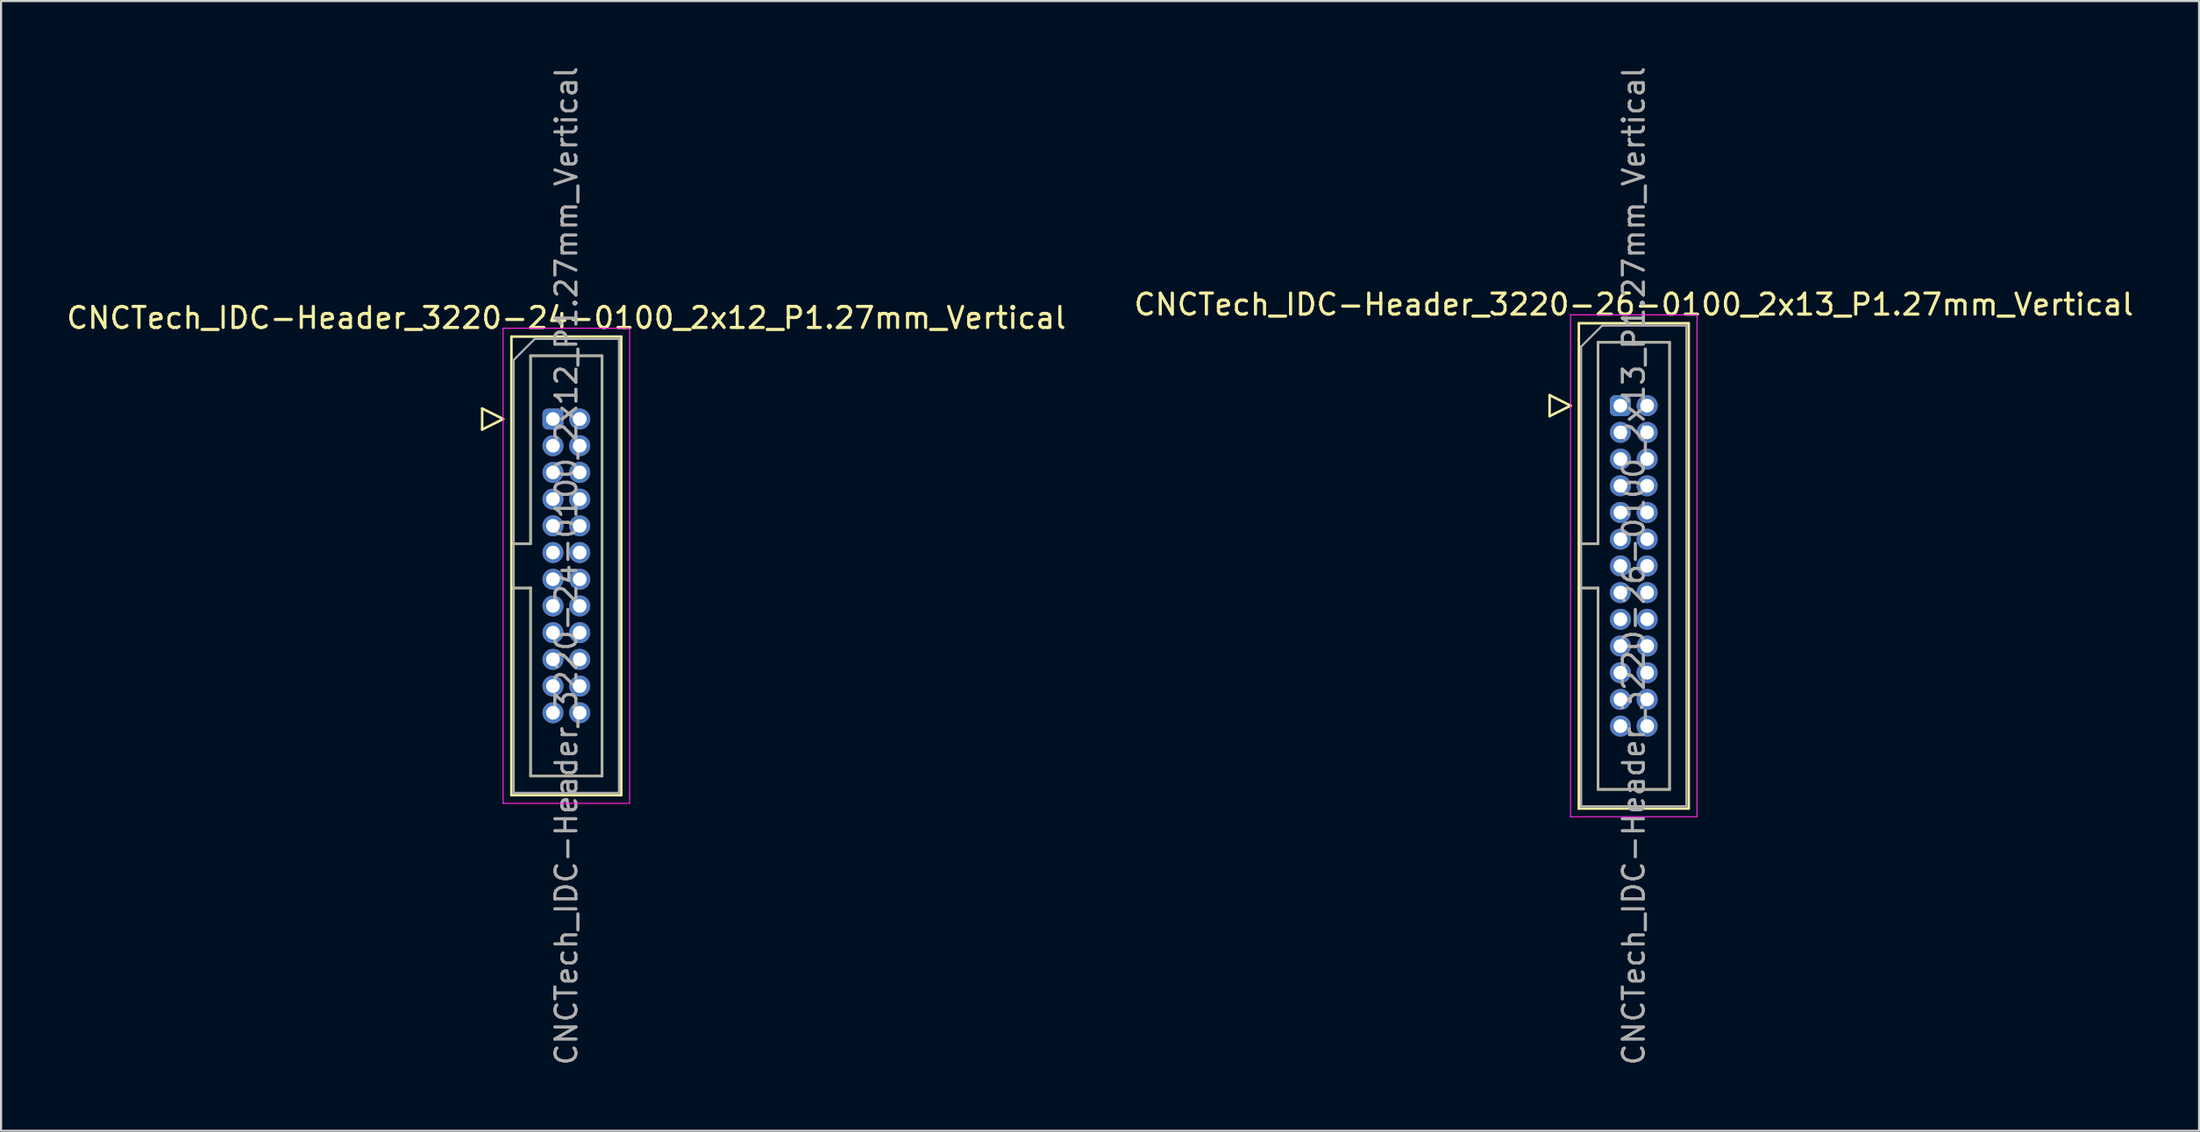
<source format=kicad_pcb>
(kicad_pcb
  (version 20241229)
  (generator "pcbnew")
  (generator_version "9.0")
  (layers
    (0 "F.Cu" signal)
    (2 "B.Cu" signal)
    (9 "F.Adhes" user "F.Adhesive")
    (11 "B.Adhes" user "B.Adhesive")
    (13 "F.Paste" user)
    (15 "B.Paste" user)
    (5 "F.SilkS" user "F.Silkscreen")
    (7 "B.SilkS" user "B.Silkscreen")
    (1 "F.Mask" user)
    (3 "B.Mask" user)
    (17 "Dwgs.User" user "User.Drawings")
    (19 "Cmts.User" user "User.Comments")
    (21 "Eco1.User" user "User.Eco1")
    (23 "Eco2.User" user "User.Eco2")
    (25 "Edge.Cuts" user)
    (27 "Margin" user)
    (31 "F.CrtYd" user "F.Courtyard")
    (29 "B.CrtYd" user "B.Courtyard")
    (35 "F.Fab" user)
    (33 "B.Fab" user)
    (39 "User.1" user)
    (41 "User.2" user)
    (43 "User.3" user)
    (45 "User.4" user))
  (footprint "CNCTech_IDC-Header_3220-24-0100_2x12_P1.27mm_Vertical"
    (layer "F.Cu")
    (at 23.228 16.878)
    (property "Reference" "CNCTech_IDC-Header_3220-24-0100_2x12_P1.27mm_Vertical" (at 0.635 -4.81 0) (layer "F.SilkS") (effects (font (size 1 1) (thickness 0.15))))
    (attr through_hole)
    (fp_line (start -3.365 -0.5) (end -3.365 0.5) (stroke (width 0.12) (type solid)) (layer "F.SilkS"))
    (fp_line (start -3.365 0.5) (end -2.365 0) (stroke (width 0.12) (type solid)) (layer "F.SilkS"))
    (fp_line (start -2.365 0) (end -3.365 -0.5) (stroke (width 0.12) (type solid)) (layer "F.SilkS"))
    (fp_line (start -1.975 -3.92) (end 3.245 -3.92) (stroke (width 0.12) (type solid)) (layer "F.SilkS"))
    (fp_line (start -1.975 5.935) (end -1.065 5.935) (stroke (width 0.12) (type solid)) (layer "F.SilkS"))
    (fp_line (start -1.975 17.89) (end -1.975 -3.92) (stroke (width 0.12) (type solid)) (layer "F.SilkS"))
    (fp_line (start -1.065 -3.01) (end 2.335 -3.01) (stroke (width 0.12) (type solid)) (layer "F.SilkS"))
    (fp_line (start -1.065 5.935) (end -1.065 -3.01) (stroke (width 0.12) (type solid)) (layer "F.SilkS"))
    (fp_line (start -1.065 8.035) (end -1.975 8.035) (stroke (width 0.12) (type solid)) (layer "F.SilkS"))
    (fp_line (start -1.065 8.035) (end -1.065 8.035) (stroke (width 0.12) (type solid)) (layer "F.SilkS"))
    (fp_line (start -1.065 16.98) (end -1.065 8.035) (stroke (width 0.12) (type solid)) (layer "F.SilkS"))
    (fp_line (start 2.335 -3.01) (end 2.335 16.98) (stroke (width 0.12) (type solid)) (layer "F.SilkS"))
    (fp_line (start 2.335 16.98) (end -1.065 16.98) (stroke (width 0.12) (type solid)) (layer "F.SilkS"))
    (fp_line (start 3.245 -3.92) (end 3.245 17.89) (stroke (width 0.12) (type solid)) (layer "F.SilkS"))
    (fp_line (start 3.245 17.89) (end -1.975 17.89) (stroke (width 0.12) (type solid)) (layer "F.SilkS"))
    (fp_line (start -2.37 -4.32) (end -2.37 18.28) (stroke (width 0.05) (type solid)) (layer "F.CrtYd"))
    (fp_line (start -2.37 18.28) (end 3.64 18.28) (stroke (width 0.05) (type solid)) (layer "F.CrtYd"))
    (fp_line (start 3.64 -4.32) (end -2.37 -4.32) (stroke (width 0.05) (type solid)) (layer "F.CrtYd"))
    (fp_line (start 3.64 18.28) (end 3.64 -4.32) (stroke (width 0.05) (type solid)) (layer "F.CrtYd"))
    (fp_line (start -1.865 -2.81) (end -0.865 -3.81) (stroke (width 0.1) (type solid)) (layer "F.Fab"))
    (fp_line (start -1.865 5.935) (end -1.065 5.935) (stroke (width 0.1) (type solid)) (layer "F.Fab"))
    (fp_line (start -1.865 17.78) (end -1.865 -2.81) (stroke (width 0.1) (type solid)) (layer "F.Fab"))
    (fp_line (start -1.065 -3.01) (end 2.335 -3.01) (stroke (width 0.1) (type solid)) (layer "F.Fab"))
    (fp_line (start -1.065 5.935) (end -1.065 -3.01) (stroke (width 0.1) (type solid)) (layer "F.Fab"))
    (fp_line (start -1.065 8.035) (end -1.865 8.035) (stroke (width 0.1) (type solid)) (layer "F.Fab"))
    (fp_line (start -1.065 8.035) (end -1.065 8.035) (stroke (width 0.1) (type solid)) (layer "F.Fab"))
    (fp_line (start -1.065 16.98) (end -1.065 8.035) (stroke (width 0.1) (type solid)) (layer "F.Fab"))
    (fp_line (start -0.865 -3.81) (end 3.135 -3.81) (stroke (width 0.1) (type solid)) (layer "F.Fab"))
    (fp_line (start 2.335 -3.01) (end 2.335 16.98) (stroke (width 0.1) (type solid)) (layer "F.Fab"))
    (fp_line (start 2.335 16.98) (end -1.065 16.98) (stroke (width 0.1) (type solid)) (layer "F.Fab"))
    (fp_line (start 3.135 -3.81) (end 3.135 17.78) (stroke (width 0.1) (type solid)) (layer "F.Fab"))
    (fp_line (start 3.135 17.78) (end -1.865 17.78) (stroke (width 0.1) (type solid)) (layer "F.Fab"))
    (fp_text user "${REFERENCE}" (at 0.635 6.985 90) (layer "F.Fab") (effects (font (size 1 1) (thickness 0.15))))
    (pad "1" thru_hole roundrect (at 0 0) (size 1 1) (drill 0.65) (layers "*.Cu" "*.Mask") (roundrect_rratio 0.25))
    (pad "2" thru_hole circle (at 1.27 0) (size 1 1) (drill 0.65) (layers "*.Cu" "*.Mask"))
    (pad "3" thru_hole circle (at 0 1.27) (size 1 1) (drill 0.65) (layers "*.Cu" "*.Mask"))
    (pad "4" thru_hole circle (at 1.27 1.27) (size 1 1) (drill 0.65) (layers "*.Cu" "*.Mask"))
    (pad "5" thru_hole circle (at 0 2.54) (size 1 1) (drill 0.65) (layers "*.Cu" "*.Mask"))
    (pad "6" thru_hole circle (at 1.27 2.54) (size 1 1) (drill 0.65) (layers "*.Cu" "*.Mask"))
    (pad "7" thru_hole circle (at 0 3.81) (size 1 1) (drill 0.65) (layers "*.Cu" "*.Mask"))
    (pad "8" thru_hole circle (at 1.27 3.81) (size 1 1) (drill 0.65) (layers "*.Cu" "*.Mask"))
    (pad "9" thru_hole circle (at 0 5.08) (size 1 1) (drill 0.65) (layers "*.Cu" "*.Mask"))
    (pad "10" thru_hole circle (at 1.27 5.08) (size 1 1) (drill 0.65) (layers "*.Cu" "*.Mask"))
    (pad "11" thru_hole circle (at 0 6.35) (size 1 1) (drill 0.65) (layers "*.Cu" "*.Mask"))
    (pad "12" thru_hole circle (at 1.27 6.35) (size 1 1) (drill 0.65) (layers "*.Cu" "*.Mask"))
    (pad "13" thru_hole circle (at 0 7.62) (size 1 1) (drill 0.65) (layers "*.Cu" "*.Mask"))
    (pad "14" thru_hole circle (at 1.27 7.62) (size 1 1) (drill 0.65) (layers "*.Cu" "*.Mask"))
    (pad "15" thru_hole circle (at 0 8.89) (size 1 1) (drill 0.65) (layers "*.Cu" "*.Mask"))
    (pad "16" thru_hole circle (at 1.27 8.89) (size 1 1) (drill 0.65) (layers "*.Cu" "*.Mask"))
    (pad "17" thru_hole circle (at 0 10.16) (size 1 1) (drill 0.65) (layers "*.Cu" "*.Mask"))
    (pad "18" thru_hole circle (at 1.27 10.16) (size 1 1) (drill 0.65) (layers "*.Cu" "*.Mask"))
    (pad "19" thru_hole circle (at 0 11.43) (size 1 1) (drill 0.65) (layers "*.Cu" "*.Mask"))
    (pad "20" thru_hole circle (at 1.27 11.43) (size 1 1) (drill 0.65) (layers "*.Cu" "*.Mask"))
    (pad "21" thru_hole circle (at 0 12.7) (size 1 1) (drill 0.65) (layers "*.Cu" "*.Mask"))
    (pad "22" thru_hole circle (at 1.27 12.7) (size 1 1) (drill 0.65) (layers "*.Cu" "*.Mask"))
    (pad "23" thru_hole circle (at 0 13.97) (size 1 1) (drill 0.65) (layers "*.Cu" "*.Mask"))
    (pad "24" thru_hole circle (at 1.27 13.97) (size 1 1) (drill 0.65) (layers "*.Cu" "*.Mask")))
  (footprint "CNCTech_IDC-Header_3220-26-0100_2x13_P1.27mm_Vertical"
    (layer "F.Cu")
    (at 73.954 16.243)
    (property "Reference" "CNCTech_IDC-Header_3220-26-0100_2x13_P1.27mm_Vertical" (at 0.635 -4.81 0) (layer "F.SilkS") (effects (font (size 1 1) (thickness 0.15))))
    (attr through_hole)
    (fp_line (start -3.365 -0.5) (end -3.365 0.5) (stroke (width 0.12) (type solid)) (layer "F.SilkS"))
    (fp_line (start -3.365 0.5) (end -2.365 0) (stroke (width 0.12) (type solid)) (layer "F.SilkS"))
    (fp_line (start -2.365 0) (end -3.365 -0.5) (stroke (width 0.12) (type solid)) (layer "F.SilkS"))
    (fp_line (start -1.975 -3.92) (end 3.245 -3.92) (stroke (width 0.12) (type solid)) (layer "F.SilkS"))
    (fp_line (start -1.975 6.57) (end -1.065 6.57) (stroke (width 0.12) (type solid)) (layer "F.SilkS"))
    (fp_line (start -1.975 19.16) (end -1.975 -3.92) (stroke (width 0.12) (type solid)) (layer "F.SilkS"))
    (fp_line (start -1.065 -3.01) (end 2.335 -3.01) (stroke (width 0.12) (type solid)) (layer "F.SilkS"))
    (fp_line (start -1.065 6.57) (end -1.065 -3.01) (stroke (width 0.12) (type solid)) (layer "F.SilkS"))
    (fp_line (start -1.065 8.67) (end -1.975 8.67) (stroke (width 0.12) (type solid)) (layer "F.SilkS"))
    (fp_line (start -1.065 8.67) (end -1.065 8.67) (stroke (width 0.12) (type solid)) (layer "F.SilkS"))
    (fp_line (start -1.065 18.25) (end -1.065 8.67) (stroke (width 0.12) (type solid)) (layer "F.SilkS"))
    (fp_line (start 2.335 -3.01) (end 2.335 18.25) (stroke (width 0.12) (type solid)) (layer "F.SilkS"))
    (fp_line (start 2.335 18.25) (end -1.065 18.25) (stroke (width 0.12) (type solid)) (layer "F.SilkS"))
    (fp_line (start 3.245 -3.92) (end 3.245 19.16) (stroke (width 0.12) (type solid)) (layer "F.SilkS"))
    (fp_line (start 3.245 19.16) (end -1.975 19.16) (stroke (width 0.12) (type solid)) (layer "F.SilkS"))
    (fp_line (start -2.37 -4.32) (end -2.37 19.55) (stroke (width 0.05) (type solid)) (layer "F.CrtYd"))
    (fp_line (start -2.37 19.55) (end 3.64 19.55) (stroke (width 0.05) (type solid)) (layer "F.CrtYd"))
    (fp_line (start 3.64 -4.32) (end -2.37 -4.32) (stroke (width 0.05) (type solid)) (layer "F.CrtYd"))
    (fp_line (start 3.64 19.55) (end 3.64 -4.32) (stroke (width 0.05) (type solid)) (layer "F.CrtYd"))
    (fp_line (start -1.865 -2.81) (end -0.865 -3.81) (stroke (width 0.1) (type solid)) (layer "F.Fab"))
    (fp_line (start -1.865 6.57) (end -1.065 6.57) (stroke (width 0.1) (type solid)) (layer "F.Fab"))
    (fp_line (start -1.865 19.05) (end -1.865 -2.81) (stroke (width 0.1) (type solid)) (layer "F.Fab"))
    (fp_line (start -1.065 -3.01) (end 2.335 -3.01) (stroke (width 0.1) (type solid)) (layer "F.Fab"))
    (fp_line (start -1.065 6.57) (end -1.065 -3.01) (stroke (width 0.1) (type solid)) (layer "F.Fab"))
    (fp_line (start -1.065 8.67) (end -1.865 8.67) (stroke (width 0.1) (type solid)) (layer "F.Fab"))
    (fp_line (start -1.065 8.67) (end -1.065 8.67) (stroke (width 0.1) (type solid)) (layer "F.Fab"))
    (fp_line (start -1.065 18.25) (end -1.065 8.67) (stroke (width 0.1) (type solid)) (layer "F.Fab"))
    (fp_line (start -0.865 -3.81) (end 3.135 -3.81) (stroke (width 0.1) (type solid)) (layer "F.Fab"))
    (fp_line (start 2.335 -3.01) (end 2.335 18.25) (stroke (width 0.1) (type solid)) (layer "F.Fab"))
    (fp_line (start 2.335 18.25) (end -1.065 18.25) (stroke (width 0.1) (type solid)) (layer "F.Fab"))
    (fp_line (start 3.135 -3.81) (end 3.135 19.05) (stroke (width 0.1) (type solid)) (layer "F.Fab"))
    (fp_line (start 3.135 19.05) (end -1.865 19.05) (stroke (width 0.1) (type solid)) (layer "F.Fab"))
    (fp_text user "${REFERENCE}" (at 0.635 7.62 90) (layer "F.Fab") (effects (font (size 1 1) (thickness 0.15))))
    (pad "1" thru_hole roundrect (at 0 0) (size 1 1) (drill 0.65) (layers "*.Cu" "*.Mask") (roundrect_rratio 0.25))
    (pad "2" thru_hole circle (at 1.27 0) (size 1 1) (drill 0.65) (layers "*.Cu" "*.Mask"))
    (pad "3" thru_hole circle (at 0 1.27) (size 1 1) (drill 0.65) (layers "*.Cu" "*.Mask"))
    (pad "4" thru_hole circle (at 1.27 1.27) (size 1 1) (drill 0.65) (layers "*.Cu" "*.Mask"))
    (pad "5" thru_hole circle (at 0 2.54) (size 1 1) (drill 0.65) (layers "*.Cu" "*.Mask"))
    (pad "6" thru_hole circle (at 1.27 2.54) (size 1 1) (drill 0.65) (layers "*.Cu" "*.Mask"))
    (pad "7" thru_hole circle (at 0 3.81) (size 1 1) (drill 0.65) (layers "*.Cu" "*.Mask"))
    (pad "8" thru_hole circle (at 1.27 3.81) (size 1 1) (drill 0.65) (layers "*.Cu" "*.Mask"))
    (pad "9" thru_hole circle (at 0 5.08) (size 1 1) (drill 0.65) (layers "*.Cu" "*.Mask"))
    (pad "10" thru_hole circle (at 1.27 5.08) (size 1 1) (drill 0.65) (layers "*.Cu" "*.Mask"))
    (pad "11" thru_hole circle (at 0 6.35) (size 1 1) (drill 0.65) (layers "*.Cu" "*.Mask"))
    (pad "12" thru_hole circle (at 1.27 6.35) (size 1 1) (drill 0.65) (layers "*.Cu" "*.Mask"))
    (pad "13" thru_hole circle (at 0 7.62) (size 1 1) (drill 0.65) (layers "*.Cu" "*.Mask"))
    (pad "14" thru_hole circle (at 1.27 7.62) (size 1 1) (drill 0.65) (layers "*.Cu" "*.Mask"))
    (pad "15" thru_hole circle (at 0 8.89) (size 1 1) (drill 0.65) (layers "*.Cu" "*.Mask"))
    (pad "16" thru_hole circle (at 1.27 8.89) (size 1 1) (drill 0.65) (layers "*.Cu" "*.Mask"))
    (pad "17" thru_hole circle (at 0 10.16) (size 1 1) (drill 0.65) (layers "*.Cu" "*.Mask"))
    (pad "18" thru_hole circle (at 1.27 10.16) (size 1 1) (drill 0.65) (layers "*.Cu" "*.Mask"))
    (pad "19" thru_hole circle (at 0 11.43) (size 1 1) (drill 0.65) (layers "*.Cu" "*.Mask"))
    (pad "20" thru_hole circle (at 1.27 11.43) (size 1 1) (drill 0.65) (layers "*.Cu" "*.Mask"))
    (pad "21" thru_hole circle (at 0 12.7) (size 1 1) (drill 0.65) (layers "*.Cu" "*.Mask"))
    (pad "22" thru_hole circle (at 1.27 12.7) (size 1 1) (drill 0.65) (layers "*.Cu" "*.Mask"))
    (pad "23" thru_hole circle (at 0 13.97) (size 1 1) (drill 0.65) (layers "*.Cu" "*.Mask"))
    (pad "24" thru_hole circle (at 1.27 13.97) (size 1 1) (drill 0.65) (layers "*.Cu" "*.Mask"))
    (pad "25" thru_hole circle (at 0 15.24) (size 1 1) (drill 0.65) (layers "*.Cu" "*.Mask"))
    (pad "26" thru_hole circle (at 1.27 15.24) (size 1 1) (drill 0.65) (layers "*.Cu" "*.Mask")))
  (gr_rect
    (start -3 -3)
    (end 101.452 50.726)
    (stroke (width 0.1) (type default))
    (fill no)
    (layer "Edge.Cuts")))
</source>
